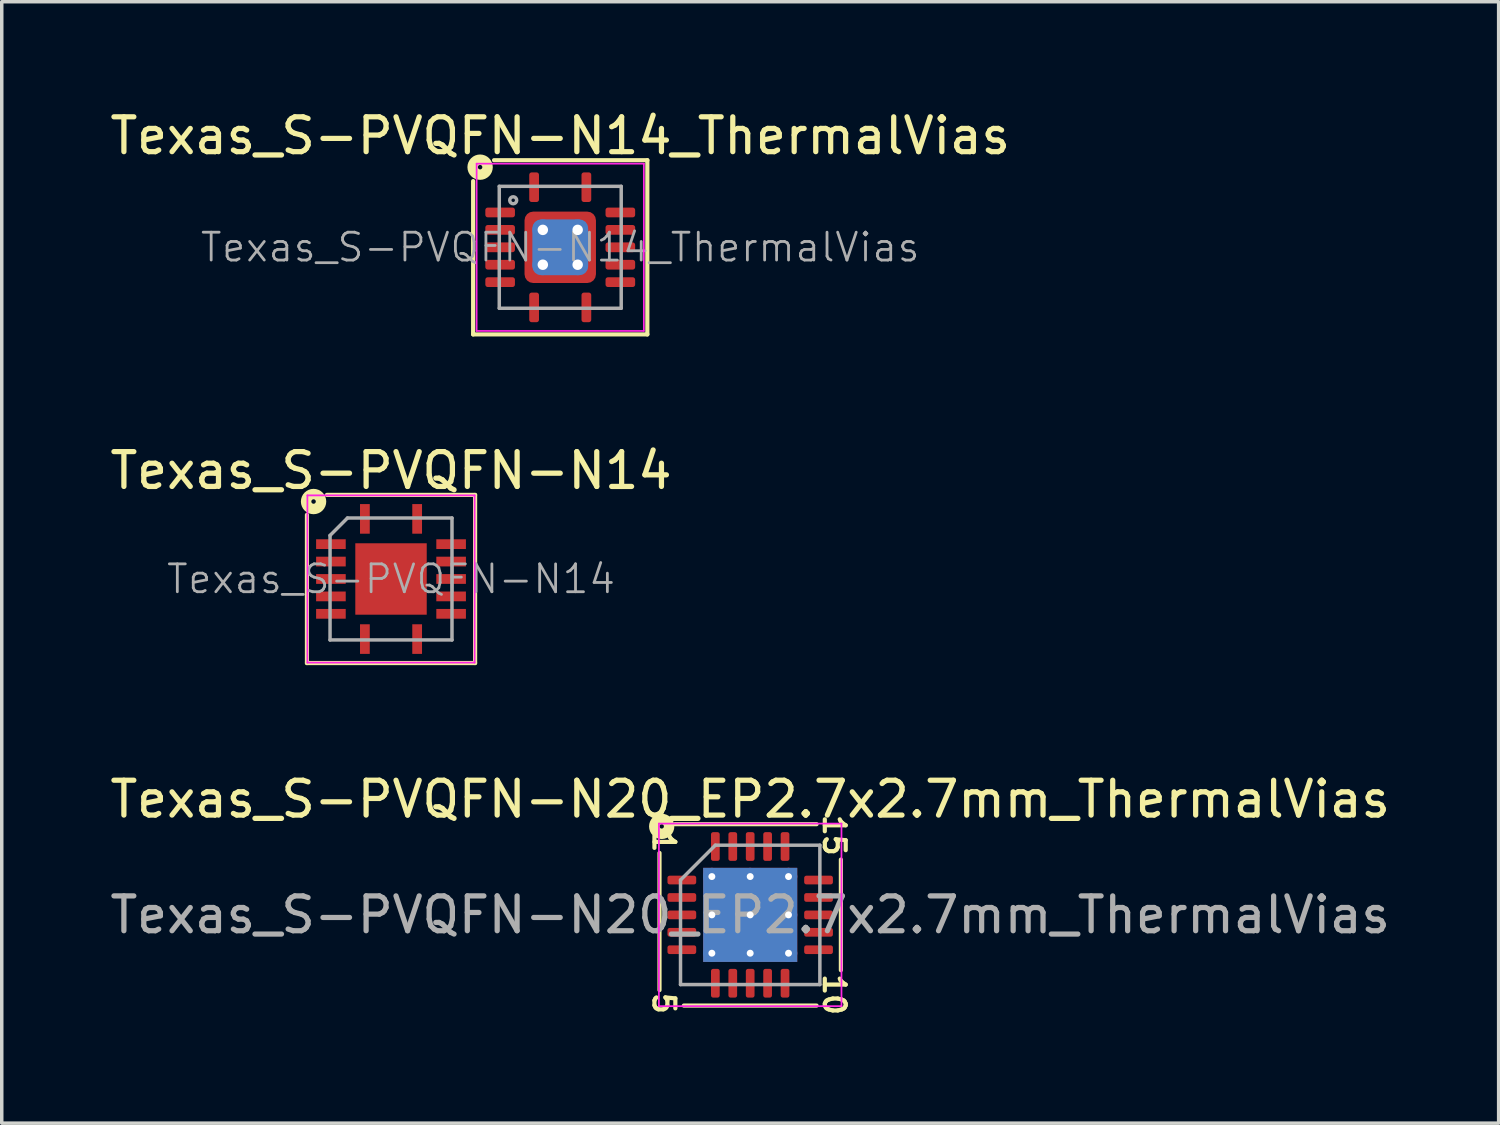
<source format=kicad_pcb>
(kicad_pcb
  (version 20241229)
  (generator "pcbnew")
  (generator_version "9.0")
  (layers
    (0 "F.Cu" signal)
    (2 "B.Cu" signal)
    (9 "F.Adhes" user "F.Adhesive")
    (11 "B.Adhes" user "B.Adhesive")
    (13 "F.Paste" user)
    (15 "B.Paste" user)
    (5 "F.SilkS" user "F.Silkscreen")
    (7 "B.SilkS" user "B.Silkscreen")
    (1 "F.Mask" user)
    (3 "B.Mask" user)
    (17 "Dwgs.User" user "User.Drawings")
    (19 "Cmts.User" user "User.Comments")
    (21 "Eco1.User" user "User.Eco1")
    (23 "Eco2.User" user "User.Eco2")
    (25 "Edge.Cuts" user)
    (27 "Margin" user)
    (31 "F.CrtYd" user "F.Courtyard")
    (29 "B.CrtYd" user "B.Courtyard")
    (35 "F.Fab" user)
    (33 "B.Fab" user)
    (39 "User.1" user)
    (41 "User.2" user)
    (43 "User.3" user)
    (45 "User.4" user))
  (footprint "Texas_S-PVQFN-N14"
    (layer "F.Cu")
    (at 8.173 13.568)
    (property "Reference" "Texas_S-PVQFN-N14" (at 0 -3.111 0) (layer "F.SilkS") (effects (font (size 1 1) (thickness 0.15))))
    (attr smd)
    (fp_line (start -2.413 -1.841) (end -2.413 2.413) (stroke (width 0.12) (type solid)) (layer "F.SilkS"))
    (fp_line (start -2.413 2.413) (end 2.413 2.413) (stroke (width 0.12) (type solid)) (layer "F.SilkS"))
    (fp_line (start 2.413 -2.413) (end -1.841 -2.413) (stroke (width 0.12) (type solid)) (layer "F.SilkS"))
    (fp_line (start 2.413 2.413) (end 2.413 -2.413) (stroke (width 0.12) (type solid)) (layer "F.SilkS"))
    (fp_circle (center -2.223 -2.223) (end -2.159 -2.223) (stroke (width 0.3) (type solid)) (fill no) (layer "F.SilkS"))
    (fp_line (start -2.4 -2.4) (end 2.4 -2.4) (stroke (width 0.05) (type solid)) (layer "F.CrtYd"))
    (fp_line (start -2.4 2.4) (end -2.4 -2.4) (stroke (width 0.05) (type solid)) (layer "F.CrtYd"))
    (fp_line (start 2.4 -2.4) (end 2.4 2.4) (stroke (width 0.05) (type solid)) (layer "F.CrtYd"))
    (fp_line (start 2.4 2.4) (end -2.4 2.4) (stroke (width 0.05) (type solid)) (layer "F.CrtYd"))
    (fp_line (start -1.75 1.75) (end -1.75 -1.25) (stroke (width 0.1) (type solid)) (layer "F.Fab"))
    (fp_line (start -1.25 -1.75) (end -1.75 -1.25) (stroke (width 0.1) (type solid)) (layer "F.Fab"))
    (fp_line (start -1.25 -1.75) (end 1.75 -1.75) (stroke (width 0.1) (type solid)) (layer "F.Fab"))
    (fp_line (start 1.75 -1.75) (end 1.75 1.75) (stroke (width 0.1) (type solid)) (layer "F.Fab"))
    (fp_line (start 1.75 1.75) (end -1.75 1.75) (stroke (width 0.1) (type solid)) (layer "F.Fab"))
    (fp_text user "${REFERENCE}" (at 0 0 0) (layer "F.Fab") (effects (font (size 0.8 0.8) (thickness 0.08))))
    (pad "" smd rect (at -0.56 -0.56 270) (size 0.82 0.82) (layers "F.Paste"))
    (pad "" smd rect (at -0.56 0.56 270) (size 0.82 0.82) (layers "F.Paste"))
    (pad "" smd rect (at 0.56 -0.56 270) (size 0.82 0.82) (layers "F.Paste"))
    (pad "" smd rect (at 0.56 0.56 270) (size 0.82 0.82) (layers "F.Paste"))
    (pad "1" smd rect (at -0.75 -1.725 270) (size 0.85 0.28) (layers "F.Cu" "F.Mask" "F.Paste"))
    (pad "2" smd rect (at -1.725 -1 270) (size 0.28 0.85) (layers "F.Cu" "F.Mask" "F.Paste"))
    (pad "3" smd rect (at -1.725 -0.5 270) (size 0.28 0.85) (layers "F.Cu" "F.Mask" "F.Paste"))
    (pad "4" smd rect (at -1.725 0 270) (size 0.28 0.85) (layers "F.Cu" "F.Mask" "F.Paste"))
    (pad "5" smd rect (at -1.725 0.5 270) (size 0.28 0.85) (layers "F.Cu" "F.Mask" "F.Paste"))
    (pad "6" smd rect (at -1.725 1 270) (size 0.28 0.85) (layers "F.Cu" "F.Mask" "F.Paste"))
    (pad "7" smd rect (at -0.75 1.725 270) (size 0.85 0.28) (layers "F.Cu" "F.Mask" "F.Paste"))
    (pad "8" smd rect (at 0.75 1.725 270) (size 0.85 0.28) (layers "F.Cu" "F.Mask" "F.Paste"))
    (pad "9" smd rect (at 1.725 1 270) (size 0.28 0.85) (layers "F.Cu" "F.Mask" "F.Paste"))
    (pad "10" smd rect (at 1.725 0.5 270) (size 0.28 0.85) (layers "F.Cu" "F.Mask" "F.Paste"))
    (pad "11" smd rect (at 1.725 0 270) (size 0.28 0.85) (layers "F.Cu" "F.Mask" "F.Paste"))
    (pad "12" smd rect (at 1.725 -0.5 270) (size 0.28 0.85) (layers "F.Cu" "F.Mask" "F.Paste"))
    (pad "13" smd rect (at 1.725 -1 270) (size 0.28 0.85) (layers "F.Cu" "F.Mask" "F.Paste"))
    (pad "14" smd rect (at 0.75 -1.725 270) (size 0.85 0.28) (layers "F.Cu" "F.Mask" "F.Paste"))
    (pad "15" smd rect (at 0 0 270) (size 2.05 2.05) (layers "F.Cu" "F.Mask")))
  (footprint "Texas_S-PVQFN-N20_EP2.7x2.7mm_ThermalVias"
    (layer "F.Cu")
    (at 18.482 23.209)
    (property "Reference" "Texas_S-PVQFN-N20_EP2.7x2.7mm_ThermalVias" (at 0 -3.32 0) (layer "F.SilkS") (effects (font (size 1 1) (thickness 0.15))))
    (attr smd)
    (fp_line (start -2.603 -1.778) (end -2.603 2.159) (stroke (width 0.12) (type solid)) (layer "F.SilkS"))
    (fp_line (start -1.905 2.603) (end 1.905 2.603) (stroke (width 0.12) (type solid)) (layer "F.SilkS"))
    (fp_line (start 1.905 -2.603) (end -2.159 -2.603) (stroke (width 0.12) (type solid)) (layer "F.SilkS"))
    (fp_line (start 2.603 1.587) (end 2.603 -1.587) (stroke (width 0.12) (type solid)) (layer "F.SilkS"))
    (fp_circle (center -2.54 -2.54) (end -2.477 -2.54) (stroke (width 0.3) (type solid)) (fill no) (layer "F.SilkS"))
    (fp_line (start -2.62 -2.62) (end -2.62 2.62) (stroke (width 0.05) (type solid)) (layer "F.CrtYd"))
    (fp_line (start -2.62 2.62) (end 2.62 2.62) (stroke (width 0.05) (type solid)) (layer "F.CrtYd"))
    (fp_line (start 2.62 -2.62) (end -2.62 -2.62) (stroke (width 0.05) (type solid)) (layer "F.CrtYd"))
    (fp_line (start 2.62 2.62) (end 2.62 -2.62) (stroke (width 0.05) (type solid)) (layer "F.CrtYd"))
    (fp_line (start -2 -1) (end -1 -2) (stroke (width 0.1) (type solid)) (layer "F.Fab"))
    (fp_line (start -2 2) (end -2 -1) (stroke (width 0.1) (type solid)) (layer "F.Fab"))
    (fp_line (start -1 -2) (end 2 -2) (stroke (width 0.1) (type solid)) (layer "F.Fab"))
    (fp_line (start 2 -2) (end 2 2) (stroke (width 0.1) (type solid)) (layer "F.Fab"))
    (fp_line (start 2 2) (end -2 2) (stroke (width 0.1) (type solid)) (layer "F.Fab"))
    (fp_text user "10" (at 2.413 2.286 270) (unlocked yes) (layer "F.SilkS") (effects (font (size 0.6 0.6) (thickness 0.12))))
    (fp_text user "5" (at -2.477 2.54 270) (unlocked yes) (layer "F.SilkS") (effects (font (size 0.6 0.6) (thickness 0.12))))
    (fp_text user "1" (at -2.477 -2.095 270) (unlocked yes) (layer "F.SilkS") (effects (font (size 0.6 0.6) (thickness 0.12))))
    (fp_text user "15" (at 2.413 -2.286 270) (unlocked yes) (layer "F.SilkS") (effects (font (size 0.6 0.6) (thickness 0.12))))
    (fp_text user "${REFERENCE}" (at 0 0 0) (layer "F.Fab") (effects (font (size 1 1) (thickness 0.15))))
    (pad "" smd roundrect (at -0.675 -0.675) (size 1.13 1.13) (layers "F.Paste") (roundrect_rratio 0.221))
    (pad "" smd roundrect (at -0.675 0.675) (size 1.13 1.13) (layers "F.Paste") (roundrect_rratio 0.221))
    (pad "" smd roundrect (at 0.675 -0.675) (size 1.13 1.13) (layers "F.Paste") (roundrect_rratio 0.221))
    (pad "" smd roundrect (at 0.675 0.675) (size 1.13 1.13) (layers "F.Paste") (roundrect_rratio 0.221))
    (pad "1" smd roundrect (at -1.962 -1) (size 0.825 0.25) (layers "F.Cu" "F.Mask" "F.Paste") (roundrect_rratio 0.25))
    (pad "2" smd roundrect (at -1.962 -0.5) (size 0.825 0.25) (layers "F.Cu" "F.Mask" "F.Paste") (roundrect_rratio 0.25))
    (pad "3" smd roundrect (at -1.962 0) (size 0.825 0.25) (layers "F.Cu" "F.Mask" "F.Paste") (roundrect_rratio 0.25))
    (pad "4" smd roundrect (at -1.962 0.5) (size 0.825 0.25) (layers "F.Cu" "F.Mask" "F.Paste") (roundrect_rratio 0.25))
    (pad "5" smd roundrect (at -1.962 1) (size 0.825 0.25) (layers "F.Cu" "F.Mask" "F.Paste") (roundrect_rratio 0.25))
    (pad "6" smd roundrect (at -1 1.962) (size 0.25 0.825) (layers "F.Cu" "F.Mask" "F.Paste") (roundrect_rratio 0.25))
    (pad "7" smd roundrect (at -0.5 1.962) (size 0.25 0.825) (layers "F.Cu" "F.Mask" "F.Paste") (roundrect_rratio 0.25))
    (pad "8" smd roundrect (at 0 1.962) (size 0.25 0.825) (layers "F.Cu" "F.Mask" "F.Paste") (roundrect_rratio 0.25))
    (pad "9" smd roundrect (at 0.5 1.962) (size 0.25 0.825) (layers "F.Cu" "F.Mask" "F.Paste") (roundrect_rratio 0.25))
    (pad "10" smd roundrect (at 1 1.962) (size 0.25 0.825) (layers "F.Cu" "F.Mask" "F.Paste") (roundrect_rratio 0.25))
    (pad "11" smd roundrect (at 1.962 1) (size 0.825 0.25) (layers "F.Cu" "F.Mask" "F.Paste") (roundrect_rratio 0.25))
    (pad "12" smd roundrect (at 1.962 0.5) (size 0.825 0.25) (layers "F.Cu" "F.Mask" "F.Paste") (roundrect_rratio 0.25))
    (pad "13" smd roundrect (at 1.962 0) (size 0.825 0.25) (layers "F.Cu" "F.Mask" "F.Paste") (roundrect_rratio 0.25))
    (pad "14" smd roundrect (at 1.962 -0.5) (size 0.825 0.25) (layers "F.Cu" "F.Mask" "F.Paste") (roundrect_rratio 0.25))
    (pad "15" smd roundrect (at 1.962 -1) (size 0.825 0.25) (layers "F.Cu" "F.Mask" "F.Paste") (roundrect_rratio 0.25))
    (pad "16" smd roundrect (at 1 -1.962) (size 0.25 0.825) (layers "F.Cu" "F.Mask" "F.Paste") (roundrect_rratio 0.25))
    (pad "17" smd roundrect (at 0.5 -1.962) (size 0.25 0.825) (layers "F.Cu" "F.Mask" "F.Paste") (roundrect_rratio 0.25))
    (pad "18" smd roundrect (at 0 -1.962) (size 0.25 0.825) (layers "F.Cu" "F.Mask" "F.Paste") (roundrect_rratio 0.25))
    (pad "19" smd roundrect (at -0.5 -1.962) (size 0.25 0.825) (layers "F.Cu" "F.Mask" "F.Paste") (roundrect_rratio 0.25))
    (pad "20" smd roundrect (at -1 -1.962) (size 0.25 0.825) (layers "F.Cu" "F.Mask" "F.Paste") (roundrect_rratio 0.25))
    (pad "21" thru_hole circle (at -1.1 -1.1) (size 0.5 0.5) (drill 0.2) (layers "*.Cu"))
    (pad "21" thru_hole circle (at -1.1 0) (size 0.5 0.5) (drill 0.2) (layers "*.Cu"))
    (pad "21" thru_hole circle (at -1.1 1.1) (size 0.5 0.5) (drill 0.2) (layers "*.Cu"))
    (pad "21" thru_hole circle (at 0 -1.1) (size 0.5 0.5) (drill 0.2) (layers "*.Cu"))
    (pad "21" thru_hole circle (at 0 0) (size 0.5 0.5) (drill 0.2) (layers "*.Cu"))
    (pad "21" smd rect (at 0 0) (size 2.7 2.7) (layers "F.Cu" "F.Mask"))
    (pad "21" smd rect (at 0 0) (size 2.7 2.7) (layers "B.Cu" "B.Mask"))
    (pad "21" thru_hole circle (at 0 1.1) (size 0.5 0.5) (drill 0.2) (layers "*.Cu"))
    (pad "21" thru_hole circle (at 1.1 -1.1) (size 0.5 0.5) (drill 0.2) (layers "*.Cu"))
    (pad "21" thru_hole circle (at 1.1 0) (size 0.5 0.5) (drill 0.2) (layers "*.Cu"))
    (pad "21" thru_hole circle (at 1.1 1.1) (size 0.5 0.5) (drill 0.2) (layers "*.Cu")))
  (footprint "Texas_S-PVQFN-N14_ThermalVias"
    (layer "F.Cu")
    (at 13.03 4.048)
    (property "Reference" "Texas_S-PVQFN-N14_ThermalVias" (at 0 -3.2 0) (layer "F.SilkS") (effects (font (size 1 1) (thickness 0.15))))
    (attr smd)
    (fp_line (start -2.5 -1.9) (end -2.5 2.5) (stroke (width 0.12) (type solid)) (layer "F.SilkS"))
    (fp_line (start -2.5 2.5) (end 2.5 2.5) (stroke (width 0.12) (type solid)) (layer "F.SilkS"))
    (fp_line (start 2.5 -2.5) (end -1.9 -2.5) (stroke (width 0.12) (type solid)) (layer "F.SilkS"))
    (fp_line (start 2.5 2.5) (end 2.5 -2.5) (stroke (width 0.12) (type solid)) (layer "F.SilkS"))
    (fp_circle (center -2.3 -2.3) (end -2.236 -2.3) (stroke (width 0.3) (type solid)) (fill no) (layer "F.SilkS"))
    (fp_line (start -2.4 -2.4) (end 2.4 -2.4) (stroke (width 0.05) (type solid)) (layer "F.CrtYd"))
    (fp_line (start -2.4 2.4) (end -2.4 -2.4) (stroke (width 0.05) (type solid)) (layer "F.CrtYd"))
    (fp_line (start 2.4 -2.4) (end 2.4 2.4) (stroke (width 0.05) (type solid)) (layer "F.CrtYd"))
    (fp_line (start 2.4 2.4) (end -2.4 2.4) (stroke (width 0.05) (type solid)) (layer "F.CrtYd"))
    (fp_line (start -1.75 -1.75) (end 1.75 -1.75) (stroke (width 0.1) (type solid)) (layer "F.Fab"))
    (fp_line (start -1.75 1.75) (end -1.75 -1.75) (stroke (width 0.1) (type solid)) (layer "F.Fab"))
    (fp_line (start 1.75 -1.75) (end 1.75 1.75) (stroke (width 0.1) (type solid)) (layer "F.Fab"))
    (fp_line (start 1.75 1.75) (end -1.75 1.75) (stroke (width 0.1) (type solid)) (layer "F.Fab"))
    (fp_circle (center -1.35 -1.35) (end -1.25 -1.35) (stroke (width 0.1) (type solid)) (fill no) (layer "F.Fab"))
    (fp_text user "${REFERENCE}" (at 0 0 0) (layer "F.Fab") (effects (font (size 0.8 0.8) (thickness 0.08))))
    (pad "" smd roundrect (at -0.56 -0.56 270) (size 0.82 0.82) (layers "F.Paste") (roundrect_rratio 0.25))
    (pad "" smd roundrect (at -0.56 0.56 270) (size 0.82 0.82) (layers "F.Paste") (roundrect_rratio 0.25))
    (pad "" smd roundrect (at 0.56 -0.56 270) (size 0.82 0.82) (layers "F.Paste") (roundrect_rratio 0.25))
    (pad "" smd roundrect (at 0.56 0.56 270) (size 0.82 0.82) (layers "F.Paste") (roundrect_rratio 0.25))
    (pad "1" smd roundrect (at -0.75 -1.725 270) (size 0.85 0.28) (layers "F.Cu" "F.Mask" "F.Paste") (roundrect_rratio 0.25))
    (pad "2" smd roundrect (at -1.725 -1 270) (size 0.28 0.85) (layers "F.Cu" "F.Mask" "F.Paste") (roundrect_rratio 0.25))
    (pad "3" smd roundrect (at -1.725 -0.5 270) (size 0.28 0.85) (layers "F.Cu" "F.Mask" "F.Paste") (roundrect_rratio 0.25))
    (pad "4" smd roundrect (at -1.725 0 270) (size 0.28 0.85) (layers "F.Cu" "F.Mask" "F.Paste") (roundrect_rratio 0.25))
    (pad "5" smd roundrect (at -1.725 0.5 270) (size 0.28 0.85) (layers "F.Cu" "F.Mask" "F.Paste") (roundrect_rratio 0.25))
    (pad "6" smd roundrect (at -1.725 1 270) (size 0.28 0.85) (layers "F.Cu" "F.Mask" "F.Paste") (roundrect_rratio 0.25))
    (pad "7" smd roundrect (at -0.75 1.725 270) (size 0.85 0.28) (layers "F.Cu" "F.Mask" "F.Paste") (roundrect_rratio 0.25))
    (pad "8" smd roundrect (at 0.75 1.725 270) (size 0.85 0.28) (layers "F.Cu" "F.Mask" "F.Paste") (roundrect_rratio 0.25))
    (pad "9" smd roundrect (at 1.725 1 270) (size 0.28 0.85) (layers "F.Cu" "F.Mask" "F.Paste") (roundrect_rratio 0.25))
    (pad "10" smd roundrect (at 1.725 0.5 270) (size 0.28 0.85) (layers "F.Cu" "F.Mask" "F.Paste") (roundrect_rratio 0.25))
    (pad "11" smd roundrect (at 1.725 0 270) (size 0.28 0.85) (layers "F.Cu" "F.Mask" "F.Paste") (roundrect_rratio 0.25))
    (pad "12" smd roundrect (at 1.725 -0.5 270) (size 0.28 0.85) (layers "F.Cu" "F.Mask" "F.Paste") (roundrect_rratio 0.25))
    (pad "13" smd roundrect (at 1.725 -1 270) (size 0.28 0.85) (layers "F.Cu" "F.Mask" "F.Paste") (roundrect_rratio 0.25))
    (pad "14" smd roundrect (at 0.75 -1.725 270) (size 0.85 0.28) (layers "F.Cu" "F.Mask" "F.Paste") (roundrect_rratio 0.25))
    (pad "15" thru_hole circle (at -0.5 -0.5 270) (size 0.6 0.6) (drill 0.3) (property pad_prop_heatsink) (layers "*.Cu"))
    (pad "15" thru_hole circle (at -0.5 0.5 270) (size 0.6 0.6) (drill 0.3) (property pad_prop_heatsink) (layers "*.Cu"))
    (pad "15" smd roundrect (at 0 0 270) (size 1.6 1.6) (layers "B.Cu" "B.Mask") (roundrect_rratio 0.156))
    (pad "15" smd roundrect (at 0 0 270) (size 2.05 2.05) (layers "F.Cu" "F.Mask") (roundrect_rratio 0.122))
    (pad "15" thru_hole circle (at 0.5 -0.5 270) (size 0.6 0.6) (drill 0.3) (property pad_prop_heatsink) (layers "*.Cu"))
    (pad "15" thru_hole circle (at 0.5 0.5 270) (size 0.6 0.6) (drill 0.3) (property pad_prop_heatsink) (layers "*.Cu")))
  (gr_rect
    (start -3 -3)
    (end 39.964 29.187)
    (stroke (width 0.1) (type default))
    (fill no)
    (layer "Edge.Cuts")))
</source>
